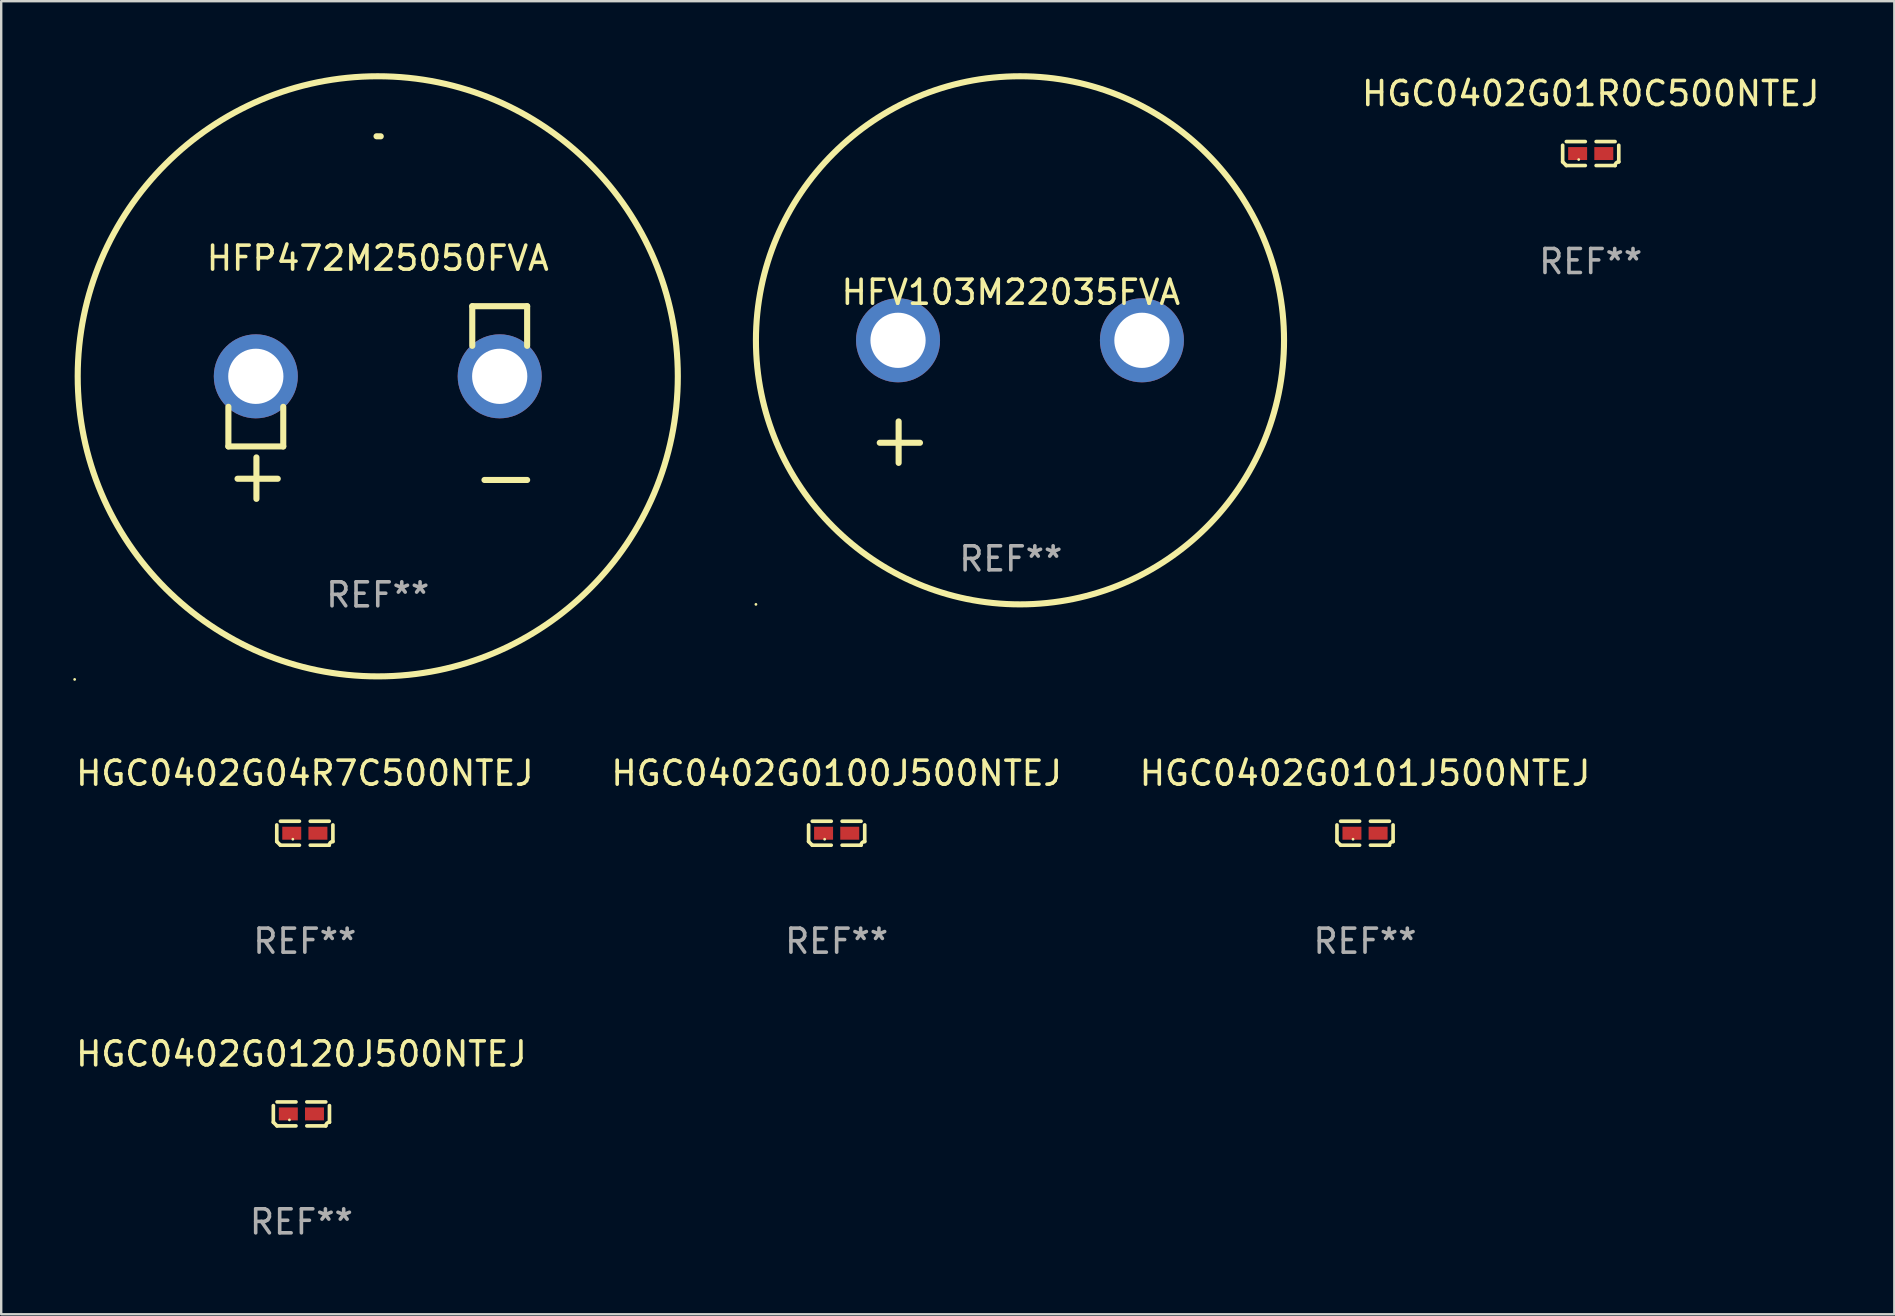
<source format=kicad_pcb>
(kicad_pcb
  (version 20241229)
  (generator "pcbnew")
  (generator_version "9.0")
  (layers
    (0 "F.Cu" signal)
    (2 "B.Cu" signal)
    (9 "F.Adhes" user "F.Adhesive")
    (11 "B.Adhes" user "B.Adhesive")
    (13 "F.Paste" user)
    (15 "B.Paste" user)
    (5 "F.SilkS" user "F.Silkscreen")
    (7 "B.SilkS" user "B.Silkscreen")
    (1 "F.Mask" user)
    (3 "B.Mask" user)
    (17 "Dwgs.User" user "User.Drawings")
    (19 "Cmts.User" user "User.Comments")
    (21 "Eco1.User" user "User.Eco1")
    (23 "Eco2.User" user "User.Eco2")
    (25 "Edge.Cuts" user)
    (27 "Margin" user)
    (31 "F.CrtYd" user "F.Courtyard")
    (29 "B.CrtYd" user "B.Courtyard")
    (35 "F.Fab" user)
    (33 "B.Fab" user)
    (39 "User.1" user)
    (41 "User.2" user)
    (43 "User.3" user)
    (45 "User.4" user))
  (footprint "HGC0402G04R7C500NTEJ"
    (layer "F.Cu")
    (at 9.649 31.661)
    (property "Reference" "HGC0402G04R7C500NTEJ" (at 0 -2.499 0) (layer "F.SilkS") (effects (font (size 1 1) (thickness 0.15))))
    (attr through_hole)
    (fp_line (start -1.169 0.346) (end -1.169 -0.346) (stroke (width 0.152) (type solid)) (layer "F.SilkS"))
    (fp_line (start -1.016 -0.499) (end -0.226 -0.499) (stroke (width 0.152) (type solid)) (layer "F.SilkS"))
    (fp_line (start -0.226 0.499) (end -1.016 0.499) (stroke (width 0.152) (type solid)) (layer "F.SilkS"))
    (fp_line (start 0.226 0.499) (end 1.016 0.499) (stroke (width 0.152) (type solid)) (layer "F.SilkS"))
    (fp_line (start 1.016 -0.499) (end 0.226 -0.499) (stroke (width 0.152) (type solid)) (layer "F.SilkS"))
    (fp_line (start 1.169 0.346) (end 1.169 -0.346) (stroke (width 0.152) (type solid)) (layer "F.SilkS"))
    (fp_arc (start -1.016307 0.498603) (mid -1.092512 0.422405) (end -1.16871 0.3462) (stroke (width 0.1524) (type solid)) (layer "F.SilkS"))
    (fp_arc (start 1.016307 0.498603) (mid 1.060899 0.390758) (end 1.168707 0.346076) (stroke (width 0.1524) (type solid)) (layer "F.SilkS"))
    (fp_circle (center -0.5 0.25) (end -0.47 0.25) (stroke (width 0.06) (type solid)) (fill no) (layer "F.SilkS"))
    (fp_text user "REF**" (at 0 4.499 0) (layer "F.Fab") (effects (font (size 1 1) (thickness 0.15))))
    (pad "1" smd rect (at -0.545 0) (size 0.79 0.54) (layers "F.Cu" "F.Mask" "F.Paste"))
    (pad "2" smd rect (at 0.545 0) (size 0.79 0.54) (layers "F.Cu" "F.Mask" "F.Paste")))
  (footprint "HGC0402G0101J500NTEJ"
    (layer "F.Cu")
    (at 53.815 31.661)
    (property "Reference" "HGC0402G0101J500NTEJ" (at 0 -2.499 0) (layer "F.SilkS") (effects (font (size 1 1) (thickness 0.15))))
    (attr through_hole)
    (fp_line (start -1.169 0.346) (end -1.169 -0.346) (stroke (width 0.152) (type solid)) (layer "F.SilkS"))
    (fp_line (start -1.016 -0.499) (end -0.226 -0.499) (stroke (width 0.152) (type solid)) (layer "F.SilkS"))
    (fp_line (start -0.226 0.499) (end -1.016 0.499) (stroke (width 0.152) (type solid)) (layer "F.SilkS"))
    (fp_line (start 0.226 0.499) (end 1.016 0.499) (stroke (width 0.152) (type solid)) (layer "F.SilkS"))
    (fp_line (start 1.016 -0.499) (end 0.226 -0.499) (stroke (width 0.152) (type solid)) (layer "F.SilkS"))
    (fp_line (start 1.169 0.346) (end 1.169 -0.346) (stroke (width 0.152) (type solid)) (layer "F.SilkS"))
    (fp_arc (start -1.016307 0.498603) (mid -1.092512 0.422405) (end -1.16871 0.3462) (stroke (width 0.1524) (type solid)) (layer "F.SilkS"))
    (fp_arc (start 1.016307 0.498603) (mid 1.060899 0.390758) (end 1.168707 0.346076) (stroke (width 0.1524) (type solid)) (layer "F.SilkS"))
    (fp_circle (center -0.5 0.25) (end -0.47 0.25) (stroke (width 0.06) (type solid)) (fill no) (layer "F.SilkS"))
    (fp_text user "REF**" (at 0 4.499 0) (layer "F.Fab") (effects (font (size 1 1) (thickness 0.15))))
    (pad "1" smd rect (at -0.545 0) (size 0.79 0.54) (layers "F.Cu" "F.Mask" "F.Paste"))
    (pad "2" smd rect (at 0.545 0) (size 0.79 0.54) (layers "F.Cu" "F.Mask" "F.Paste")))
  (footprint "HGC0402G0100J500NTEJ"
    (layer "F.Cu")
    (at 31.804 31.661)
    (property "Reference" "HGC0402G0100J500NTEJ" (at 0 -2.499 0) (layer "F.SilkS") (effects (font (size 1 1) (thickness 0.15))))
    (attr through_hole)
    (fp_line (start -1.169 0.346) (end -1.169 -0.346) (stroke (width 0.152) (type solid)) (layer "F.SilkS"))
    (fp_line (start -1.016 -0.499) (end -0.226 -0.499) (stroke (width 0.152) (type solid)) (layer "F.SilkS"))
    (fp_line (start -0.226 0.499) (end -1.016 0.499) (stroke (width 0.152) (type solid)) (layer "F.SilkS"))
    (fp_line (start 0.226 0.499) (end 1.016 0.499) (stroke (width 0.152) (type solid)) (layer "F.SilkS"))
    (fp_line (start 1.016 -0.499) (end 0.226 -0.499) (stroke (width 0.152) (type solid)) (layer "F.SilkS"))
    (fp_line (start 1.169 0.346) (end 1.169 -0.346) (stroke (width 0.152) (type solid)) (layer "F.SilkS"))
    (fp_arc (start -1.016307 0.498603) (mid -1.092512 0.422405) (end -1.16871 0.3462) (stroke (width 0.1524) (type solid)) (layer "F.SilkS"))
    (fp_arc (start 1.016307 0.498603) (mid 1.060899 0.390758) (end 1.168707 0.346076) (stroke (width 0.1524) (type solid)) (layer "F.SilkS"))
    (fp_circle (center -0.5 0.25) (end -0.47 0.25) (stroke (width 0.06) (type solid)) (fill no) (layer "F.SilkS"))
    (fp_text user "REF**" (at 0 4.499 0) (layer "F.Fab") (effects (font (size 1 1) (thickness 0.15))))
    (pad "1" smd rect (at -0.545 0) (size 0.79 0.54) (layers "F.Cu" "F.Mask" "F.Paste"))
    (pad "2" smd rect (at 0.545 0) (size 0.79 0.54) (layers "F.Cu" "F.Mask" "F.Paste")))
  (footprint "HGC0402G01R0C500NTEJ"
    (layer "F.Cu")
    (at 63.217 3.347)
    (property "Reference" "HGC0402G01R0C500NTEJ" (at 0 -2.499 0) (layer "F.SilkS") (effects (font (size 1 1) (thickness 0.15))))
    (attr through_hole)
    (fp_line (start -1.169 0.346) (end -1.169 -0.346) (stroke (width 0.152) (type solid)) (layer "F.SilkS"))
    (fp_line (start -1.016 -0.499) (end -0.226 -0.499) (stroke (width 0.152) (type solid)) (layer "F.SilkS"))
    (fp_line (start -0.226 0.499) (end -1.016 0.499) (stroke (width 0.152) (type solid)) (layer "F.SilkS"))
    (fp_line (start 0.226 0.499) (end 1.016 0.499) (stroke (width 0.152) (type solid)) (layer "F.SilkS"))
    (fp_line (start 1.016 -0.499) (end 0.226 -0.499) (stroke (width 0.152) (type solid)) (layer "F.SilkS"))
    (fp_line (start 1.169 0.346) (end 1.169 -0.346) (stroke (width 0.152) (type solid)) (layer "F.SilkS"))
    (fp_arc (start -1.016307 0.498603) (mid -1.092512 0.422405) (end -1.16871 0.3462) (stroke (width 0.1524) (type solid)) (layer "F.SilkS"))
    (fp_arc (start 1.016307 0.498603) (mid 1.060899 0.390758) (end 1.168707 0.346076) (stroke (width 0.1524) (type solid)) (layer "F.SilkS"))
    (fp_circle (center -0.5 0.25) (end -0.47 0.25) (stroke (width 0.06) (type solid)) (fill no) (layer "F.SilkS"))
    (fp_text user "REF**" (at 0 4.499 0) (layer "F.Fab") (effects (font (size 1 1) (thickness 0.15))))
    (pad "1" smd rect (at -0.545 0) (size 0.79 0.54) (layers "F.Cu" "F.Mask" "F.Paste"))
    (pad "2" smd rect (at 0.545 0) (size 0.79 0.54) (layers "F.Cu" "F.Mask" "F.Paste")))
  (footprint "HGC0402G0120J500NTEJ"
    (layer "F.Cu")
    (at 9.506 43.354)
    (property "Reference" "HGC0402G0120J500NTEJ" (at 0 -2.499 0) (layer "F.SilkS") (effects (font (size 1 1) (thickness 0.15))))
    (attr through_hole)
    (fp_line (start -1.169 0.346) (end -1.169 -0.346) (stroke (width 0.152) (type solid)) (layer "F.SilkS"))
    (fp_line (start -1.016 -0.499) (end -0.226 -0.499) (stroke (width 0.152) (type solid)) (layer "F.SilkS"))
    (fp_line (start -0.226 0.499) (end -1.016 0.499) (stroke (width 0.152) (type solid)) (layer "F.SilkS"))
    (fp_line (start 0.226 0.499) (end 1.016 0.499) (stroke (width 0.152) (type solid)) (layer "F.SilkS"))
    (fp_line (start 1.016 -0.499) (end 0.226 -0.499) (stroke (width 0.152) (type solid)) (layer "F.SilkS"))
    (fp_line (start 1.169 0.346) (end 1.169 -0.346) (stroke (width 0.152) (type solid)) (layer "F.SilkS"))
    (fp_arc (start -1.016307 0.498603) (mid -1.092512 0.422405) (end -1.16871 0.3462) (stroke (width 0.1524) (type solid)) (layer "F.SilkS"))
    (fp_arc (start 1.016307 0.498603) (mid 1.060899 0.390758) (end 1.168707 0.346076) (stroke (width 0.1524) (type solid)) (layer "F.SilkS"))
    (fp_circle (center -0.5 0.25) (end -0.47 0.25) (stroke (width 0.06) (type solid)) (fill no) (layer "F.SilkS"))
    (fp_text user "REF**" (at 0 4.499 0) (layer "F.Fab") (effects (font (size 1 1) (thickness 0.15))))
    (pad "1" smd rect (at -0.545 0) (size 0.79 0.54) (layers "F.Cu" "F.Mask" "F.Paste"))
    (pad "2" smd rect (at 0.545 0) (size 0.79 0.54) (layers "F.Cu" "F.Mask" "F.Paste")))
  (footprint "HFP472M25050FVA"
    (layer "F.Cu")
    (at 12.687 13.719)
    (property "Reference" "HFP472M25050FVA" (at 0 -6.013 0) (layer "F.SilkS") (effects (font (size 1 1) (thickness 0.15))))
    (attr through_hole)
    (fp_line (start -6.223 0.178) (end -6.223 1.829) (stroke (width 0.254) (type solid)) (layer "F.SilkS"))
    (fp_line (start -6.223 1.829) (end -3.937 1.829) (stroke (width 0.254) (type solid)) (layer "F.SilkS"))
    (fp_line (start -5.055 4.013) (end -5.055 2.286) (stroke (width 0.254) (type solid)) (layer "F.SilkS"))
    (fp_line (start -4.166 3.175) (end -5.842 3.175) (stroke (width 0.254) (type solid)) (layer "F.SilkS"))
    (fp_line (start -3.937 1.829) (end -3.937 0.178) (stroke (width 0.254) (type solid)) (layer "F.SilkS"))
    (fp_line (start 3.937 -4.013) (end 3.937 -2.362) (stroke (width 0.254) (type solid)) (layer "F.SilkS"))
    (fp_line (start 6.223 -4.013) (end 3.937 -4.013) (stroke (width 0.254) (type solid)) (layer "F.SilkS"))
    (fp_line (start 6.223 -2.362) (end 6.223 -4.013) (stroke (width 0.254) (type solid)) (layer "F.SilkS"))
    (fp_line (start 6.223 3.226) (end 4.445 3.226) (stroke (width 0.254) (type solid)) (layer "F.SilkS"))
    (fp_arc (start -0.0508 -11.092202) (mid 0.036835 -11.091307) (end 0.12446 -11.089662) (stroke (width 0.254001) (type solid)) (layer "F.SilkS"))
    (fp_circle (center -12.627 11.535) (end -12.597 11.535) (stroke (width 0.06) (type solid)) (fill no) (layer "F.SilkS"))
    (fp_circle (center 0 -1.092) (end 12.5 -1.092) (stroke (width 0.254) (type solid)) (fill no) (layer "F.SilkS"))
    (fp_text user "REF**" (at 0 8.013 0) (layer "F.Fab") (effects (font (size 1 1) (thickness 0.15))))
    (pad "1" thru_hole circle (at -5.08 -1.092) (size 3.5 3.5) (drill 2.3) (layers "*.Cu" "*.Mask"))
    (pad "2" thru_hole circle (at 5.08 -1.092) (size 3.5 3.5) (drill 2.3) (layers "*.Cu" "*.Mask")))
  (footprint "HFV103M22035FVA"
    (layer "F.Cu")
    (at 39.06 13.68)
    (property "Reference" "HFV103M22035FVA" (at 0 -4.553 0) (layer "F.SilkS") (effects (font (size 1 1) (thickness 0.15))))
    (attr through_hole)
    (fp_line (start -4.674 2.553) (end -4.674 0.826) (stroke (width 0.254) (type solid)) (layer "F.SilkS"))
    (fp_line (start -3.785 1.715) (end -5.461 1.715) (stroke (width 0.254) (type solid)) (layer "F.SilkS"))
    (fp_circle (center -10.619 8.447) (end -10.589 8.447) (stroke (width 0.06) (type solid)) (fill no) (layer "F.SilkS"))
    (fp_circle (center 0.381 -2.553) (end 11.381 -2.553) (stroke (width 0.254) (type solid)) (fill no) (layer "F.SilkS"))
    (fp_text user "REF**" (at 0 6.553 0) (layer "F.Fab") (effects (font (size 1 1) (thickness 0.15))))
    (pad "1" thru_hole circle (at -4.699 -2.553) (size 3.5 3.5) (drill 2.3) (layers "*.Cu" "*.Mask"))
    (pad "2" thru_hole circle (at 5.461 -2.553) (size 3.5 3.5) (drill 2.3) (layers "*.Cu" "*.Mask")))
  (gr_rect
    (start -3 -3)
    (end 75.865 51.701)
    (stroke (width 0.1) (type default))
    (fill no)
    (layer "Edge.Cuts")))
</source>
